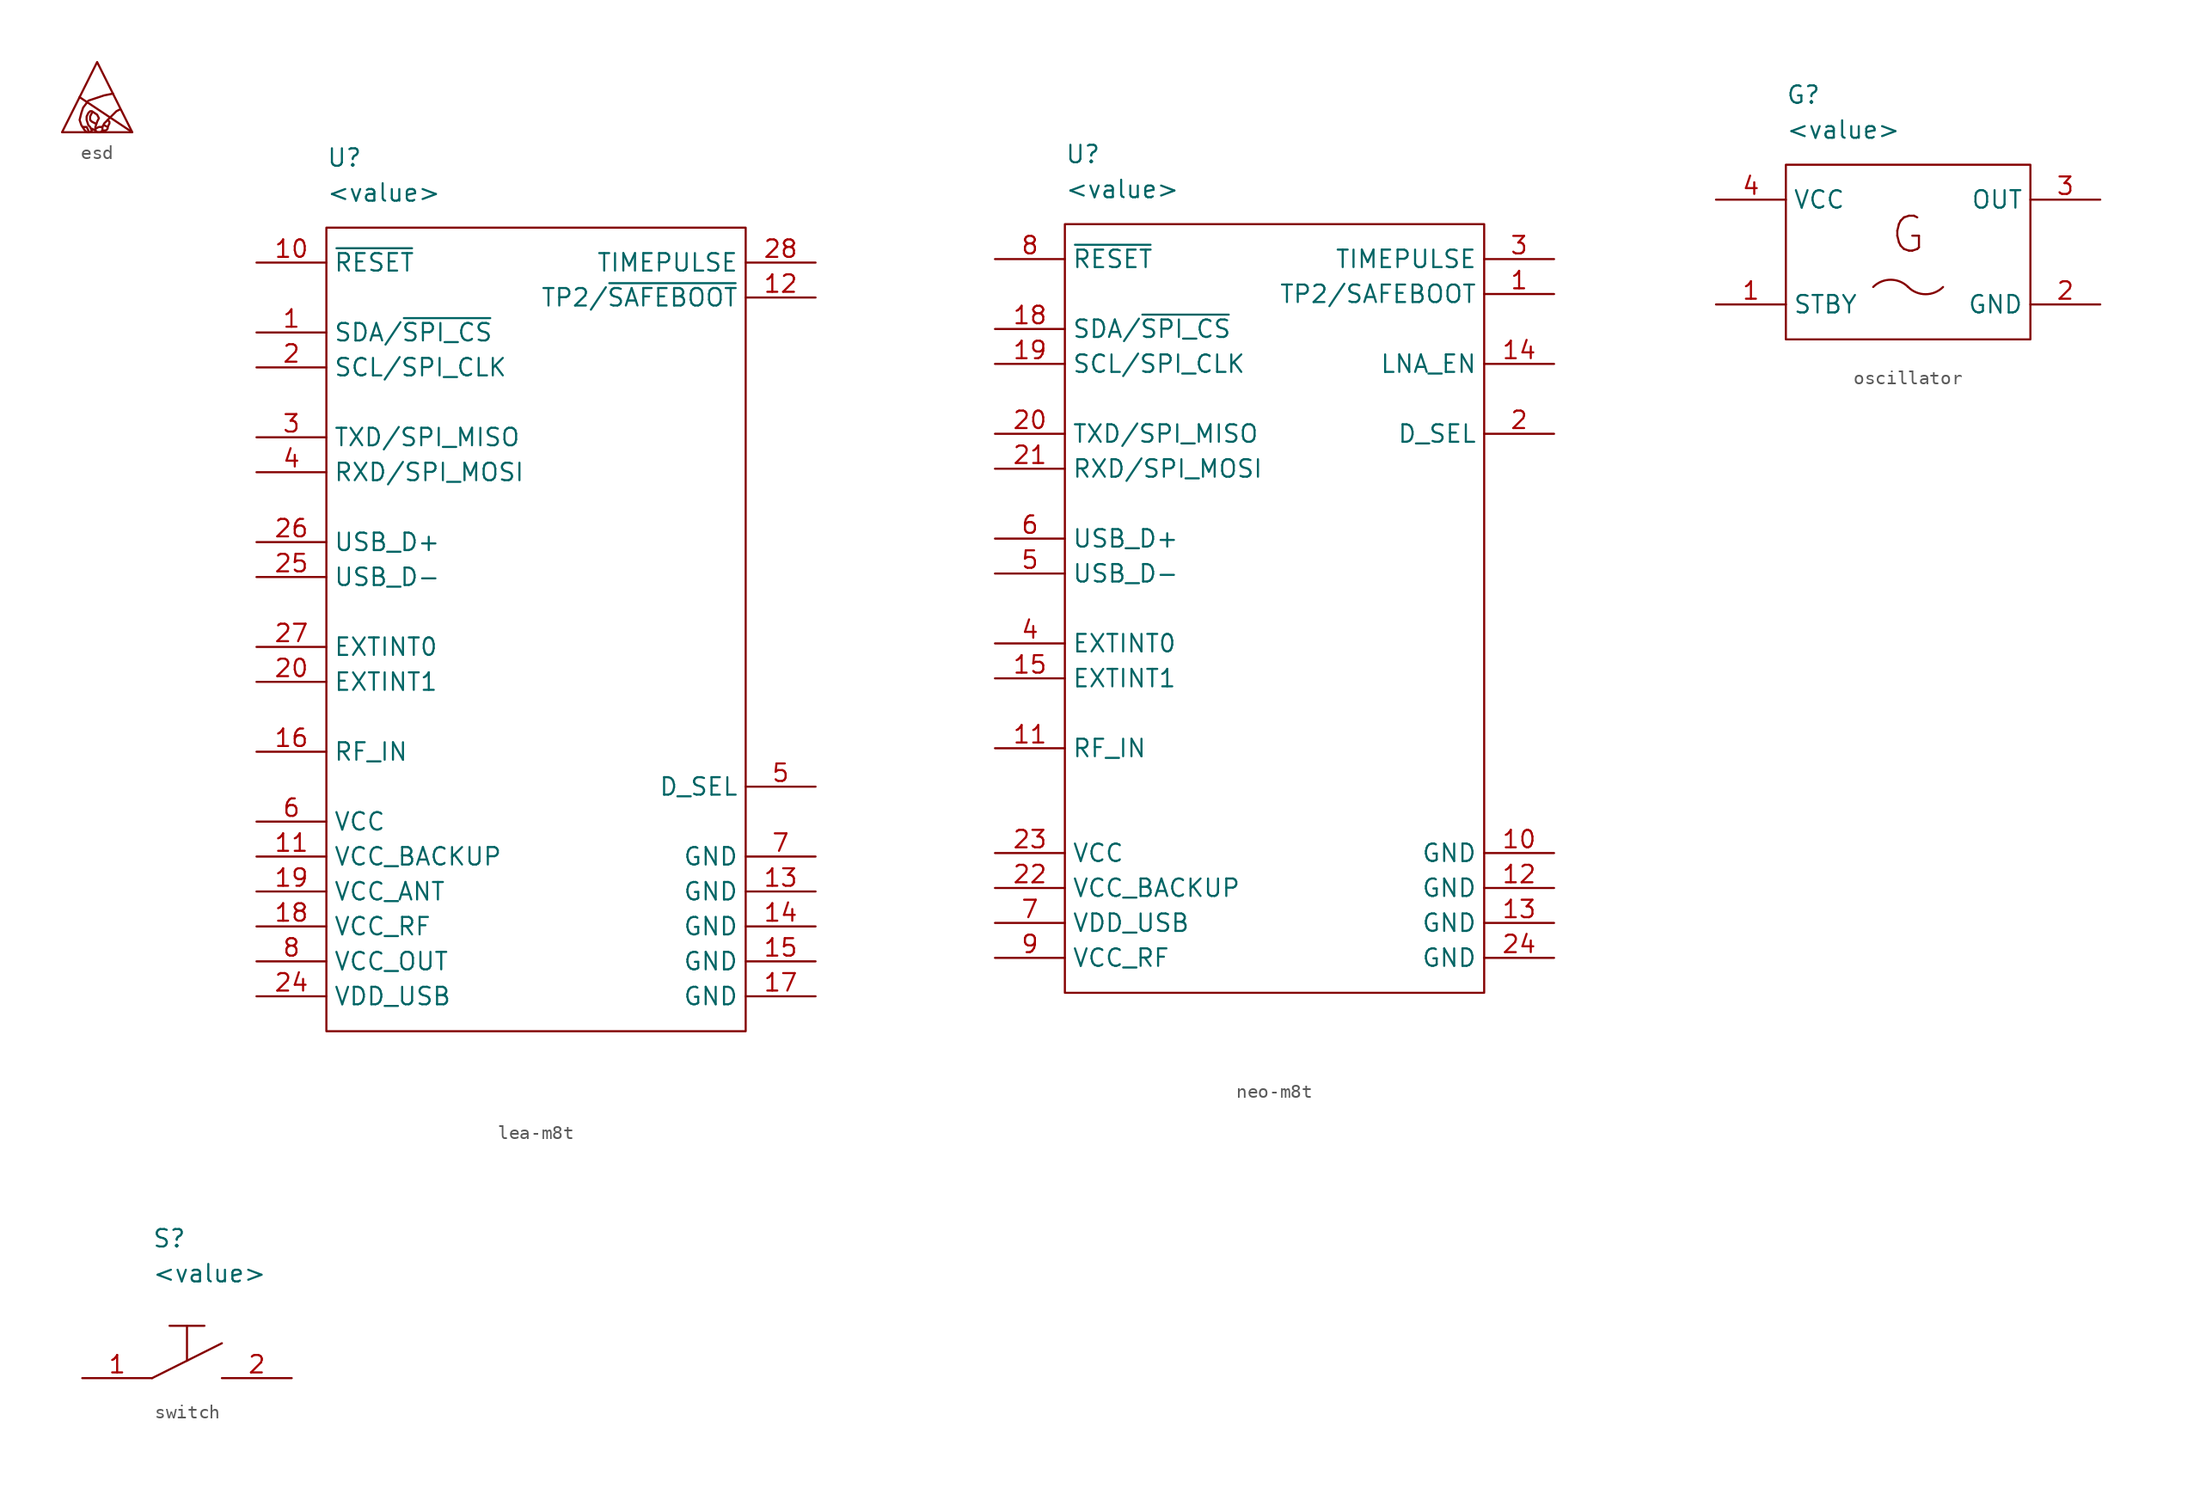
<source format=kicad_sym>
(kicad_symbol_lib
  (version 20231120)
  (generator "kicad_symbol_editor")
  (generator_version "8.0")
  (symbol "esd"
    (property "Reference" "ESD"
      (at 0 0 0)
      (effects (font (size 1.27 1.27)) (hide yes)))
    (symbol "esd_0_1"
      (polyline (pts (xy -0.381 -2.286) (xy -0.127 -2.413)) (stroke (width 0) (type default)) (fill (type none)))
      (polyline (pts (xy -0.127 -2.286) (xy 0.127 -2.159) (xy 0.381 -2.159)) (stroke (width 0) (type default)) (fill (type none)))
      (polyline (pts (xy -1.016 -2.159) (xy -0.762 -2.159) (xy -0.635 -2.413) (xy -0.635 -2.54)) (stroke (width 0) (type default)) (fill (type none)))
      (polyline (pts (xy 0 2.54) (xy -2.54 -2.54) (xy 2.54 -2.54) (xy 0 2.54)) (stroke (width 0) (type default)) (fill (type none)))
      (polyline (pts (xy 0.762 -1.651) (xy 0.889 -1.778) (xy 0.889 -1.905) (xy 0.762 -2.159)) (stroke (width 0) (type default)) (fill (type none)))
      (polyline (pts (xy 0.381 -2.413) (xy 0.635 -2.413) (xy 0.762 -2.286) (xy 0.762 -2.159) (xy 0.508 -2.032)) (stroke (width 0) (type default)) (fill (type none)))
      (polyline (pts (xy -0.127 -1.905) (xy -0.381 -1.778) (xy -0.508 -1.651) (xy -0.508 -1.524) (xy -0.508 -1.397) (xy -0.381 -1.143)) (stroke (width 0) (type default)) (fill (type none)))
      (polyline (pts (xy 1.143 0.254) (xy 0.508 0.127) (xy -0.635 -0.254) (xy -1.016 -0.762) (xy -1.143 -1.143) (xy -1.27 -1.651) (xy -1.143 -2.032) (xy -0.889 -2.413) (xy -0.762 -2.54) (xy -0.508 -2.54) (xy -0.381 -2.413) (xy -0.508 -2.159) (xy -0.635 -2.032) (xy -0.762 -1.651) (xy -0.762 -1.397) (xy -0.635 -1.143) (xy -0.508 -1.016) (xy -0.381 -1.016) (xy 0 -1.27) (xy 0.127 -1.524) (xy 0 -1.778) (xy -0.127 -2.159) (xy -0.127 -2.413) (xy 0 -2.54) (xy 0.254 -2.54) (xy 0.381 -2.413) (xy 0.381 -2.159) (xy 0.508 -1.905) (xy 0.762 -1.651) (xy 0.889 -1.524) (xy 1.143 -1.27) (xy 1.27 -1.143) (xy 1.397 -1.016) (xy 1.651 -0.889)) (stroke (width 0) (type default)) (fill (type none))))
    (symbol "esd_1_1"
      (polyline (pts (xy -1.27 0) (xy 2.54 -2.54)) (stroke (width 0) (type default)) (fill (type none)))))
  (symbol "lea-m8t"
    (property "Reference" "U"
      (at 5.08 5.08 0)
      (effects (font (size 1.27 1.27)) (justify left)))
    (property "Value" "<value>"
      (at 5.08 2.54 0)
      (effects (font (size 1.27 1.27)) (justify left)))
    (symbol "lea-m8t_0_1"
      (rectangle (start 5.08 0) (end 35.56 -58.42) (stroke (width 0) (type default)) (fill (type none))))
    (symbol "lea-m8t_1_1"
      (pin bidirectional line (at 0 -7.62 0) (length 5.08) (name "SDA/~{SPI_CS}" (effects (font (size 1.27 1.27)))) (number "1" (effects (font (size 1.27 1.27)))))
      (pin input line (at 0 -2.54 0) (length 5.08) (name "~{RESET}" (effects (font (size 1.27 1.27)))) (number "10" (effects (font (size 1.27 1.27)))))
      (pin power_in line (at 0 -45.72 0) (length 5.08) (name "VCC_BACKUP" (effects (font (size 1.27 1.27)))) (number "11" (effects (font (size 1.27 1.27)))))
      (pin bidirectional line (at 40.64 -5.08 180) (length 5.08) (name "TP2/~{SAFEBOOT}" (effects (font (size 1.27 1.27)))) (number "12" (effects (font (size 1.27 1.27)))))
      (pin power_in line (at 40.64 -48.26 180) (length 5.08) (name "GND" (effects (font (size 1.27 1.27)))) (number "13" (effects (font (size 1.27 1.27)))))
      (pin power_in line (at 40.64 -50.8 180) (length 5.08) (name "GND" (effects (font (size 1.27 1.27)))) (number "14" (effects (font (size 1.27 1.27)))))
      (pin power_in line (at 40.64 -53.34 180) (length 5.08) (name "GND" (effects (font (size 1.27 1.27)))) (number "15" (effects (font (size 1.27 1.27)))))
      (pin input line (at 0 -38.1 0) (length 5.08) (name "RF_IN" (effects (font (size 1.27 1.27)))) (number "16" (effects (font (size 1.27 1.27)))))
      (pin power_in line (at 40.64 -55.88 180) (length 5.08) (name "GND" (effects (font (size 1.27 1.27)))) (number "17" (effects (font (size 1.27 1.27)))))
      (pin power_out line (at 0 -50.8 0) (length 5.08) (name "VCC_RF" (effects (font (size 1.27 1.27)))) (number "18" (effects (font (size 1.27 1.27)))))
      (pin power_in line (at 0 -48.26 0) (length 5.08) (name "VCC_ANT" (effects (font (size 1.27 1.27)))) (number "19" (effects (font (size 1.27 1.27)))))
      (pin bidirectional line (at 0 -10.16 0) (length 5.08) (name "SCL/SPI_CLK" (effects (font (size 1.27 1.27)))) (number "2" (effects (font (size 1.27 1.27)))))
      (pin input line (at 0 -33.02 0) (length 5.08) (name "EXTINT1" (effects (font (size 1.27 1.27)))) (number "20" (effects (font (size 1.27 1.27)))))
      (pin power_in line (at 0 -55.88 0) (length 5.08) (name "VDD_USB" (effects (font (size 1.27 1.27)))) (number "24" (effects (font (size 1.27 1.27)))))
      (pin bidirectional line (at 0 -25.4 0) (length 5.08) (name "USB_D-" (effects (font (size 1.27 1.27)))) (number "25" (effects (font (size 1.27 1.27)))))
      (pin bidirectional line (at 0 -22.86 0) (length 5.08) (name "USB_D+" (effects (font (size 1.27 1.27)))) (number "26" (effects (font (size 1.27 1.27)))))
      (pin input line (at 0 -30.48 0) (length 5.08) (name "EXTINT0" (effects (font (size 1.27 1.27)))) (number "27" (effects (font (size 1.27 1.27)))))
      (pin output line (at 40.64 -2.54 180) (length 5.08) (name "TIMEPULSE" (effects (font (size 1.27 1.27)))) (number "28" (effects (font (size 1.27 1.27)))))
      (pin output line (at 0 -15.24 0) (length 5.08) (name "TXD/SPI_MISO" (effects (font (size 1.27 1.27)))) (number "3" (effects (font (size 1.27 1.27)))))
      (pin input line (at 0 -17.78 0) (length 5.08) (name "RXD/SPI_MOSI" (effects (font (size 1.27 1.27)))) (number "4" (effects (font (size 1.27 1.27)))))
      (pin input line (at 40.64 -40.64 180) (length 5.08) (name "D_SEL" (effects (font (size 1.27 1.27)))) (number "5" (effects (font (size 1.27 1.27)))))
      (pin power_in line (at 0 -43.18 0) (length 5.08) (name "VCC" (effects (font (size 1.27 1.27)))) (number "6" (effects (font (size 1.27 1.27)))))
      (pin power_in line (at 40.64 -45.72 180) (length 5.08) (name "GND" (effects (font (size 1.27 1.27)))) (number "7" (effects (font (size 1.27 1.27)))))
      (pin power_out line (at 0 -53.34 0) (length 5.08) (name "VCC_OUT" (effects (font (size 1.27 1.27)))) (number "8" (effects (font (size 1.27 1.27)))))))
  (symbol "neo-m8t"
    (property "Reference" "U"
      (at 5.08 5.08 0)
      (effects (font (size 1.27 1.27)) (justify left)))
    (property "Value" "<value>"
      (at 5.08 2.54 0)
      (effects (font (size 1.27 1.27)) (justify left)))
    (symbol "neo-m8t_0_1"
      (rectangle (start 5.08 0) (end 35.56 -55.88) (stroke (width 0) (type default)) (fill (type none))))
    (symbol "neo-m8t_1_1"
      (pin bidirectional line (at 40.64 -5.08 180) (length 5.08) (name "TP2/SAFEBOOT" (effects (font (size 1.27 1.27)))) (number "1" (effects (font (size 1.27 1.27)))))
      (pin power_in line (at 40.64 -45.72 180) (length 5.08) (name "GND" (effects (font (size 1.27 1.27)))) (number "10" (effects (font (size 1.27 1.27)))))
      (pin input line (at 0 -38.1 0) (length 5.08) (name "RF_IN" (effects (font (size 1.27 1.27)))) (number "11" (effects (font (size 1.27 1.27)))))
      (pin power_in line (at 40.64 -48.26 180) (length 5.08) (name "GND" (effects (font (size 1.27 1.27)))) (number "12" (effects (font (size 1.27 1.27)))))
      (pin power_in line (at 40.64 -50.8 180) (length 5.08) (name "GND" (effects (font (size 1.27 1.27)))) (number "13" (effects (font (size 1.27 1.27)))))
      (pin output line (at 40.64 -10.16 180) (length 5.08) (name "LNA_EN" (effects (font (size 1.27 1.27)))) (number "14" (effects (font (size 1.27 1.27)))))
      (pin input line (at 0 -33.02 0) (length 5.08) (name "EXTINT1" (effects (font (size 1.27 1.27)))) (number "15" (effects (font (size 1.27 1.27)))))
      (pin bidirectional line (at 0 -7.62 0) (length 5.08) (name "SDA/~{SPI_CS}" (effects (font (size 1.27 1.27)))) (number "18" (effects (font (size 1.27 1.27)))))
      (pin bidirectional line (at 0 -10.16 0) (length 5.08) (name "SCL/SPI_CLK" (effects (font (size 1.27 1.27)))) (number "19" (effects (font (size 1.27 1.27)))))
      (pin input line (at 40.64 -15.24 180) (length 5.08) (name "D_SEL" (effects (font (size 1.27 1.27)))) (number "2" (effects (font (size 1.27 1.27)))))
      (pin output line (at 0 -15.24 0) (length 5.08) (name "TXD/SPI_MISO" (effects (font (size 1.27 1.27)))) (number "20" (effects (font (size 1.27 1.27)))))
      (pin input line (at 0 -17.78 0) (length 5.08) (name "RXD/SPI_MOSI" (effects (font (size 1.27 1.27)))) (number "21" (effects (font (size 1.27 1.27)))))
      (pin power_in line (at 0 -48.26 0) (length 5.08) (name "VCC_BACKUP" (effects (font (size 1.27 1.27)))) (number "22" (effects (font (size 1.27 1.27)))))
      (pin power_in line (at 0 -45.72 0) (length 5.08) (name "VCC" (effects (font (size 1.27 1.27)))) (number "23" (effects (font (size 1.27 1.27)))))
      (pin power_in line (at 40.64 -53.34 180) (length 5.08) (name "GND" (effects (font (size 1.27 1.27)))) (number "24" (effects (font (size 1.27 1.27)))))
      (pin output line (at 40.64 -2.54 180) (length 5.08) (name "TIMEPULSE" (effects (font (size 1.27 1.27)))) (number "3" (effects (font (size 1.27 1.27)))))
      (pin input line (at 0 -30.48 0) (length 5.08) (name "EXTINT0" (effects (font (size 1.27 1.27)))) (number "4" (effects (font (size 1.27 1.27)))))
      (pin bidirectional line (at 0 -25.4 0) (length 5.08) (name "USB_D-" (effects (font (size 1.27 1.27)))) (number "5" (effects (font (size 1.27 1.27)))))
      (pin bidirectional line (at 0 -22.86 0) (length 5.08) (name "USB_D+" (effects (font (size 1.27 1.27)))) (number "6" (effects (font (size 1.27 1.27)))))
      (pin power_in line (at 0 -50.8 0) (length 5.08) (name "VDD_USB" (effects (font (size 1.27 1.27)))) (number "7" (effects (font (size 1.27 1.27)))))
      (pin input line (at 0 -2.54 0) (length 5.08) (name "~{RESET}" (effects (font (size 1.27 1.27)))) (number "8" (effects (font (size 1.27 1.27)))))
      (pin power_out line (at 0 -53.34 0) (length 5.08) (name "VCC_RF" (effects (font (size 1.27 1.27)))) (number "9" (effects (font (size 1.27 1.27)))))))
  (symbol "oscillator"
    (property "Reference" "G"
      (at 5.08 5.08 0)
      (effects (font (size 1.27 1.27)) (justify left)))
    (property "Value" "<value>"
      (at 5.08 2.54 0)
      (effects (font (size 1.27 1.27)) (justify left)))
    (symbol "oscillator_0_1"
      (rectangle (start 5.08 0) (end 22.86 -12.7) (stroke (width 0) (type default)) (fill (type none)))
      (arc (start 13.97 -8.8901) (mid 15.24 -9.4161) (end 16.51 -8.8901) (stroke (width 0) (type default)) (fill (type none)))
      (arc (start 13.97 -8.8898) (mid 12.7 -8.3638) (end 11.43 -8.8898) (stroke (width 0) (type default)) (fill (type none))))
    (symbol "oscillator_1_0"
      (pin input line (at 0 -10.16 0) (length 5.08) (name "STBY" (effects (font (size 1.27 1.27)))) (number "1" (effects (font (size 1.27 1.27)))))
      (pin power_in line (at 27.94 -10.16 180) (length 5.08) (name "GND" (effects (font (size 1.27 1.27)))) (number "2" (effects (font (size 1.27 1.27)))))
      (pin output line (at 27.94 -2.54 180) (length 5.08) (name "OUT" (effects (font (size 1.27 1.27)))) (number "3" (effects (font (size 1.27 1.27)))))
      (pin power_in line (at 0 -2.54 0) (length 5.08) (name "VCC" (effects (font (size 1.27 1.27)))) (number "4" (effects (font (size 1.27 1.27))))))
    (symbol "oscillator_1_1"
      (text "G" (at 13.97 -5.08 0) (effects (font (size 2.54 2.54))))))
  (symbol "switch"
    (pin_names hide)
    (property "Reference" "S"
      (at -2.54 10.16 0)
      (effects (font (size 1.27 1.27)) (justify left)))
    (property "Value" "<value>"
      (at -2.54 7.62 0)
      (effects (font (size 1.27 1.27)) (justify left)))
    (symbol "switch_0_1"
      (polyline (pts (xy -2.54 0) (xy 2.54 2.54)) (stroke (width 0) (type default)) (fill (type none)))
      (polyline (pts (xy -1.27 3.81) (xy 1.27 3.81)) (stroke (width 0) (type default)) (fill (type none)))
      (polyline (pts (xy 0 1.27) (xy 0 3.81)) (stroke (width 0) (type default)) (fill (type none))))
    (symbol "switch_1_1"
      (pin passive line (at -7.62 0 0) (length 5.08) (name "1" (effects (font (size 1.27 1.27)))) (number "1" (effects (font (size 1.27 1.27)))))
      (pin passive line (at 7.62 0 180) (length 5.08) (name "2" (effects (font (size 1.27 1.27)))) (number "2" (effects (font (size 1.27 1.27))))))))
</source>
